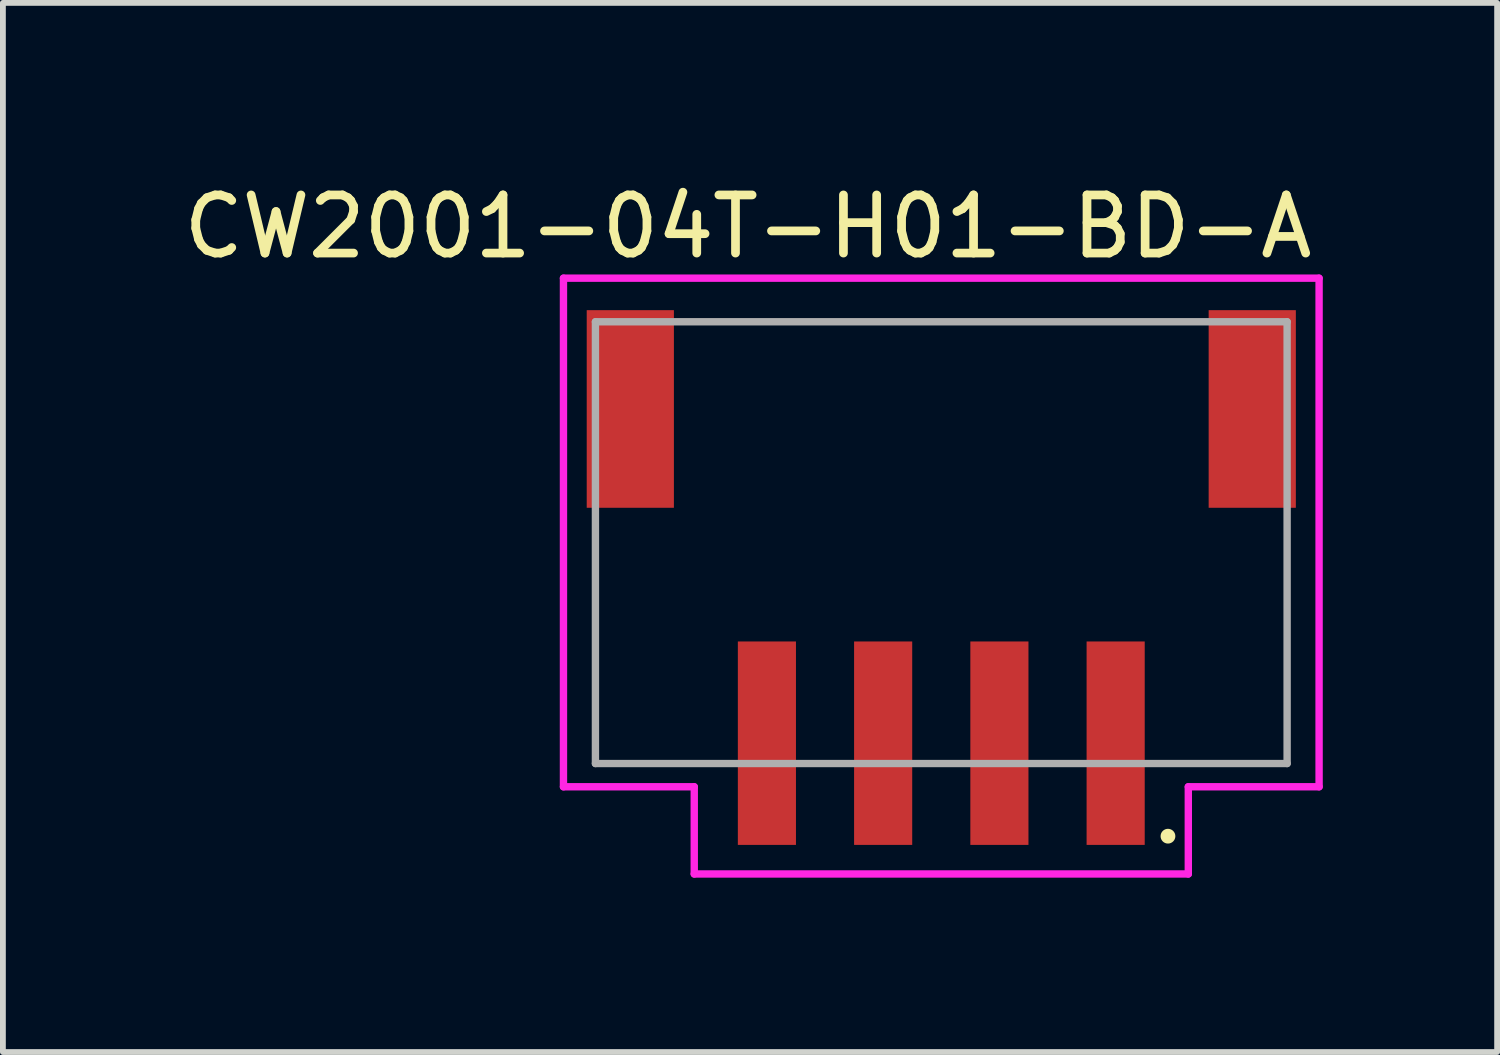
<source format=kicad_pcb>
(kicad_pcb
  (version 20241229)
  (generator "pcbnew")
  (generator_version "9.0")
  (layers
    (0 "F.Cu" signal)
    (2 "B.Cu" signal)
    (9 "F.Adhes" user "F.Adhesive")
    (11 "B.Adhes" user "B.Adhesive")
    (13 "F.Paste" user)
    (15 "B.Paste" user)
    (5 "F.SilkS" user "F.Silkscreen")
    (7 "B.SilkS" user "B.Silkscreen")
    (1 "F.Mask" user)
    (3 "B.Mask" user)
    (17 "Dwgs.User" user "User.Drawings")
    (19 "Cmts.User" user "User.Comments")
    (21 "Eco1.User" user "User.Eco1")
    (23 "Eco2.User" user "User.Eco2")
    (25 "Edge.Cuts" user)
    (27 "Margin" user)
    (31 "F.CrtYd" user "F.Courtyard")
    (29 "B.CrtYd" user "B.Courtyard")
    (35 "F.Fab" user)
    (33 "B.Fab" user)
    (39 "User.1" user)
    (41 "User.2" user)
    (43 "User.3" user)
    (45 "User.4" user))
  (footprint "CW2001-04T-H01-BD-A"
    (layer "F.Cu")
    (at 13.144 9.736)
    (property "Reference" "CW2001-04T-H01-BD-A" (at -3.326 -8.887 0) (layer "F.SilkS") (effects (font (size 1 1) (thickness 0.15))))
    (attr smd)
    (fp_circle (center 3.9 1.6) (end 4.027 1.6) (stroke (width 0) (type solid)) (fill yes) (layer "F.SilkS"))
    (fp_line (start -6.5 -8) (end 6.5 -8) (stroke (width 0.127) (type solid)) (layer "F.CrtYd"))
    (fp_line (start -6.5 0.75) (end -6.5 -8) (stroke (width 0.127) (type solid)) (layer "F.CrtYd"))
    (fp_line (start -4.25 0.75) (end -6.5 0.75) (stroke (width 0.127) (type solid)) (layer "F.CrtYd"))
    (fp_line (start -4.25 2.25) (end -4.25 0.75) (stroke (width 0.127) (type solid)) (layer "F.CrtYd"))
    (fp_line (start 4.25 0.75) (end 4.25 2.25) (stroke (width 0.127) (type solid)) (layer "F.CrtYd"))
    (fp_line (start 4.25 2.25) (end -4.25 2.25) (stroke (width 0.127) (type solid)) (layer "F.CrtYd"))
    (fp_line (start 6.5 -8) (end 6.5 0.75) (stroke (width 0.127) (type solid)) (layer "F.CrtYd"))
    (fp_line (start 6.5 0.75) (end 4.25 0.75) (stroke (width 0.127) (type solid)) (layer "F.CrtYd"))
    (fp_line (start -5.95 -7.25) (end -5.95 0.35) (stroke (width 0.127) (type solid)) (layer "F.Fab"))
    (fp_line (start -5.95 0.35) (end 5.95 0.35) (stroke (width 0.127) (type solid)) (layer "F.Fab"))
    (fp_line (start 5.95 -7.25) (end -5.95 -7.25) (stroke (width 0.127) (type solid)) (layer "F.Fab"))
    (fp_line (start 5.95 0.35) (end 5.95 -7.25) (stroke (width 0.127) (type solid)) (layer "F.Fab"))
    (pad "1" smd rect (at 3 0) (size 1 3.5) (layers "F.Cu" "F.Mask" "F.Paste"))
    (pad "2" smd rect (at 1 0) (size 1 3.5) (layers "F.Cu" "F.Mask" "F.Paste"))
    (pad "3" smd rect (at -1 0) (size 1 3.5) (layers "F.Cu" "F.Mask" "F.Paste"))
    (pad "4" smd rect (at -3 0) (size 1 3.5) (layers "F.Cu" "F.Mask" "F.Paste"))
    (pad "P1" smd rect (at 5.35 -5.75) (size 1.5 3.4) (layers "F.Cu" "F.Mask" "F.Paste"))
    (pad "P2" smd rect (at -5.35 -5.75) (size 1.5 3.4) (layers "F.Cu" "F.Mask" "F.Paste")))
  (gr_rect
    (start -3 -3)
    (end 22.707 15.049)
    (stroke (width 0.1) (type default))
    (fill no)
    (layer "Edge.Cuts")))
</source>
